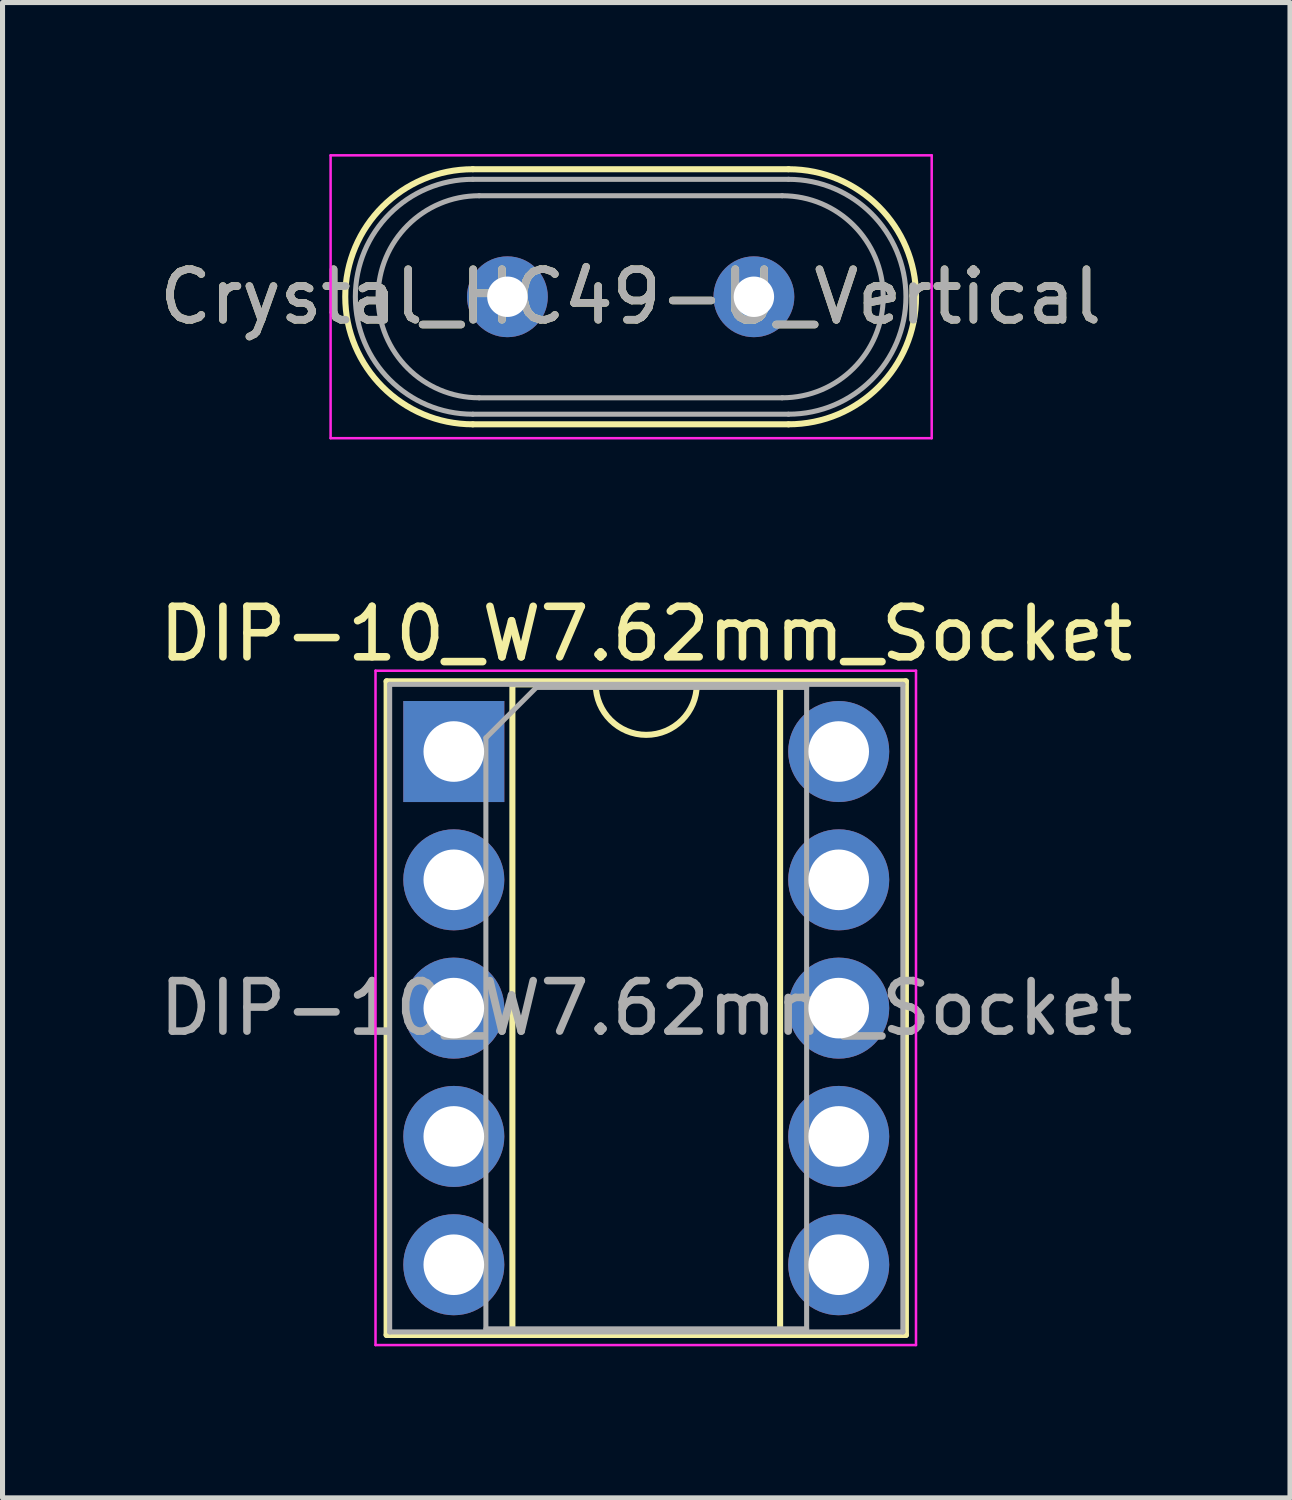
<source format=kicad_pcb>
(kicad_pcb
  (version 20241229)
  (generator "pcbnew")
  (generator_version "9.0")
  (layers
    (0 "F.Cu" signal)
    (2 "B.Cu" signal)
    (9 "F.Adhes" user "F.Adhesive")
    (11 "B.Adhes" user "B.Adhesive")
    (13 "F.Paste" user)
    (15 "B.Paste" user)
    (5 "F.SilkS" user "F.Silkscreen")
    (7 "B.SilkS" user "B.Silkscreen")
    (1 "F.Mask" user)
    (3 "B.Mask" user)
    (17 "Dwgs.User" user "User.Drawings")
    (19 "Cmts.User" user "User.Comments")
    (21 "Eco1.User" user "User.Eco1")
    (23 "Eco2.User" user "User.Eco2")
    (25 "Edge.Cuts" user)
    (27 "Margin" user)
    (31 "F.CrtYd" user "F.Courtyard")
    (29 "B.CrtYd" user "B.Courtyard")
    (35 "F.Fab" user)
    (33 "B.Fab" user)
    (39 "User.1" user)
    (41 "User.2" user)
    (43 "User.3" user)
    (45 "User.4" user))
  (footprint "Crystal_HC49-U_Vertical"
    (layer "F.Cu")
    (at 6.995 2.825)
    (property "Reference" "Crystal_HC49-U_Vertical" (at 2.44 0 0) (layer "F.SilkS") (effects (font (size 1 1) (thickness 0.15))))
    (attr through_hole)
    (fp_line (start -0.685 -2.525) (end 5.565 -2.525) (stroke (width 0.12) (type solid)) (layer "F.SilkS"))
    (fp_line (start -0.685 2.525) (end 5.565 2.525) (stroke (width 0.12) (type solid)) (layer "F.SilkS"))
    (fp_arc (start -0.685 2.525) (mid -3.21 0) (end -0.685 -2.525) (stroke (width 0.12) (type solid)) (layer "F.SilkS"))
    (fp_arc (start 5.565 -2.525) (mid 8.09 0) (end 5.565 2.525) (stroke (width 0.12) (type solid)) (layer "F.SilkS"))
    (fp_line (start -3.5 -2.8) (end -3.5 2.8) (stroke (width 0.05) (type solid)) (layer "F.CrtYd"))
    (fp_line (start -3.5 2.8) (end 8.4 2.8) (stroke (width 0.05) (type solid)) (layer "F.CrtYd"))
    (fp_line (start 8.4 -2.8) (end -3.5 -2.8) (stroke (width 0.05) (type solid)) (layer "F.CrtYd"))
    (fp_line (start 8.4 2.8) (end 8.4 -2.8) (stroke (width 0.05) (type solid)) (layer "F.CrtYd"))
    (fp_line (start -0.685 -2.325) (end 5.565 -2.325) (stroke (width 0.1) (type solid)) (layer "F.Fab"))
    (fp_line (start -0.685 2.325) (end 5.565 2.325) (stroke (width 0.1) (type solid)) (layer "F.Fab"))
    (fp_line (start -0.56 -2) (end 5.44 -2) (stroke (width 0.1) (type solid)) (layer "F.Fab"))
    (fp_line (start -0.56 2) (end 5.44 2) (stroke (width 0.1) (type solid)) (layer "F.Fab"))
    (fp_arc (start -0.685 2.325) (mid -3.01 0) (end -0.685 -2.325) (stroke (width 0.1) (type solid)) (layer "F.Fab"))
    (fp_arc (start -0.56 2) (mid -2.56 0) (end -0.56 -2) (stroke (width 0.1) (type solid)) (layer "F.Fab"))
    (fp_arc (start 5.44 -2) (mid 7.44 0) (end 5.44 2) (stroke (width 0.1) (type solid)) (layer "F.Fab"))
    (fp_arc (start 5.565 -2.325) (mid 7.89 0) (end 5.565 2.325) (stroke (width 0.1) (type solid)) (layer "F.Fab"))
    (fp_text user "${REFERENCE}" (at 2.44 0 0) (layer "F.Fab") (effects (font (size 1 1) (thickness 0.15))))
    (pad "1" thru_hole circle (at 0 0) (size 1.6 1.6) (drill 0.8) (layers "*.Cu" "*.Mask"))
    (pad "2" thru_hole circle (at 4.88 0) (size 1.6 1.6) (drill 0.8) (layers "*.Cu" "*.Mask")))
  (footprint "DIP-10_W7.62mm_Socket"
    (layer "F.Cu")
    (at 5.934 11.828)
    (property "Reference" "DIP-10_W7.62mm_Socket" (at 3.81 -2.33 0) (layer "F.SilkS") (effects (font (size 1 1) (thickness 0.15))))
    (attr through_hole)
    (fp_line (start -1.33 -1.39) (end -1.33 11.55) (stroke (width 0.12) (type solid)) (layer "F.SilkS"))
    (fp_line (start -1.33 11.55) (end 8.95 11.55) (stroke (width 0.12) (type solid)) (layer "F.SilkS"))
    (fp_line (start 1.16 -1.33) (end 1.16 11.49) (stroke (width 0.12) (type solid)) (layer "F.SilkS"))
    (fp_line (start 1.16 11.49) (end 6.46 11.49) (stroke (width 0.12) (type solid)) (layer "F.SilkS"))
    (fp_line (start 2.81 -1.33) (end 1.16 -1.33) (stroke (width 0.12) (type solid)) (layer "F.SilkS"))
    (fp_line (start 6.46 -1.33) (end 4.81 -1.33) (stroke (width 0.12) (type solid)) (layer "F.SilkS"))
    (fp_line (start 6.46 11.49) (end 6.46 -1.33) (stroke (width 0.12) (type solid)) (layer "F.SilkS"))
    (fp_line (start 8.95 -1.39) (end -1.33 -1.39) (stroke (width 0.12) (type solid)) (layer "F.SilkS"))
    (fp_line (start 8.95 11.55) (end 8.95 -1.39) (stroke (width 0.12) (type solid)) (layer "F.SilkS"))
    (fp_arc (start 4.81 -1.33) (mid 3.81 -0.33) (end 2.81 -1.33) (stroke (width 0.12) (type solid)) (layer "F.SilkS"))
    (fp_line (start -1.55 -1.6) (end -1.55 11.75) (stroke (width 0.05) (type solid)) (layer "F.CrtYd"))
    (fp_line (start -1.55 11.75) (end 9.15 11.75) (stroke (width 0.05) (type solid)) (layer "F.CrtYd"))
    (fp_line (start 9.15 -1.6) (end -1.55 -1.6) (stroke (width 0.05) (type solid)) (layer "F.CrtYd"))
    (fp_line (start 9.15 11.75) (end 9.15 -1.6) (stroke (width 0.05) (type solid)) (layer "F.CrtYd"))
    (fp_line (start -1.27 -1.33) (end -1.27 11.49) (stroke (width 0.1) (type solid)) (layer "F.Fab"))
    (fp_line (start -1.27 11.49) (end 8.89 11.49) (stroke (width 0.1) (type solid)) (layer "F.Fab"))
    (fp_line (start 0.635 -0.27) (end 1.635 -1.27) (stroke (width 0.1) (type solid)) (layer "F.Fab"))
    (fp_line (start 0.635 11.43) (end 0.635 -0.27) (stroke (width 0.1) (type solid)) (layer "F.Fab"))
    (fp_line (start 1.635 -1.27) (end 6.985 -1.27) (stroke (width 0.1) (type solid)) (layer "F.Fab"))
    (fp_line (start 6.985 -1.27) (end 6.985 11.43) (stroke (width 0.1) (type solid)) (layer "F.Fab"))
    (fp_line (start 6.985 11.43) (end 0.635 11.43) (stroke (width 0.1) (type solid)) (layer "F.Fab"))
    (fp_line (start 8.89 -1.33) (end -1.27 -1.33) (stroke (width 0.1) (type solid)) (layer "F.Fab"))
    (fp_line (start 8.89 11.49) (end 8.89 -1.33) (stroke (width 0.1) (type solid)) (layer "F.Fab"))
    (fp_text user "${REFERENCE}" (at 3.81 5.08 0) (layer "F.Fab") (effects (font (size 1 1) (thickness 0.15))))
    (pad "1" thru_hole rect (at 0 0) (size 2 2) (drill 1.2) (layers "*.Cu" "*.Mask"))
    (pad "2" thru_hole oval (at 0 2.54) (size 2 2) (drill 1.2) (layers "*.Cu" "*.Mask"))
    (pad "3" thru_hole oval (at 0 5.08) (size 2 2) (drill 1.2) (layers "*.Cu" "*.Mask"))
    (pad "4" thru_hole oval (at 0 7.62) (size 2 2) (drill 1.2) (layers "*.Cu" "*.Mask"))
    (pad "5" thru_hole oval (at 0 10.16) (size 2 2) (drill 1.2) (layers "*.Cu" "*.Mask"))
    (pad "6" thru_hole oval (at 7.62 10.16) (size 2 2) (drill 1.2) (layers "*.Cu" "*.Mask"))
    (pad "7" thru_hole oval (at 7.62 7.62) (size 2 2) (drill 1.2) (layers "*.Cu" "*.Mask"))
    (pad "8" thru_hole oval (at 7.62 5.08) (size 2 2) (drill 1.2) (layers "*.Cu" "*.Mask"))
    (pad "9" thru_hole oval (at 7.62 2.54) (size 2 2) (drill 1.2) (layers "*.Cu" "*.Mask"))
    (pad "10" thru_hole oval (at 7.62 0) (size 2 2) (drill 1.2) (layers "*.Cu" "*.Mask")))
  (gr_rect
    (start -3 -3)
    (end 22.488 26.603)
    (stroke (width 0.1) (type default))
    (fill no)
    (layer "Edge.Cuts")))
</source>
